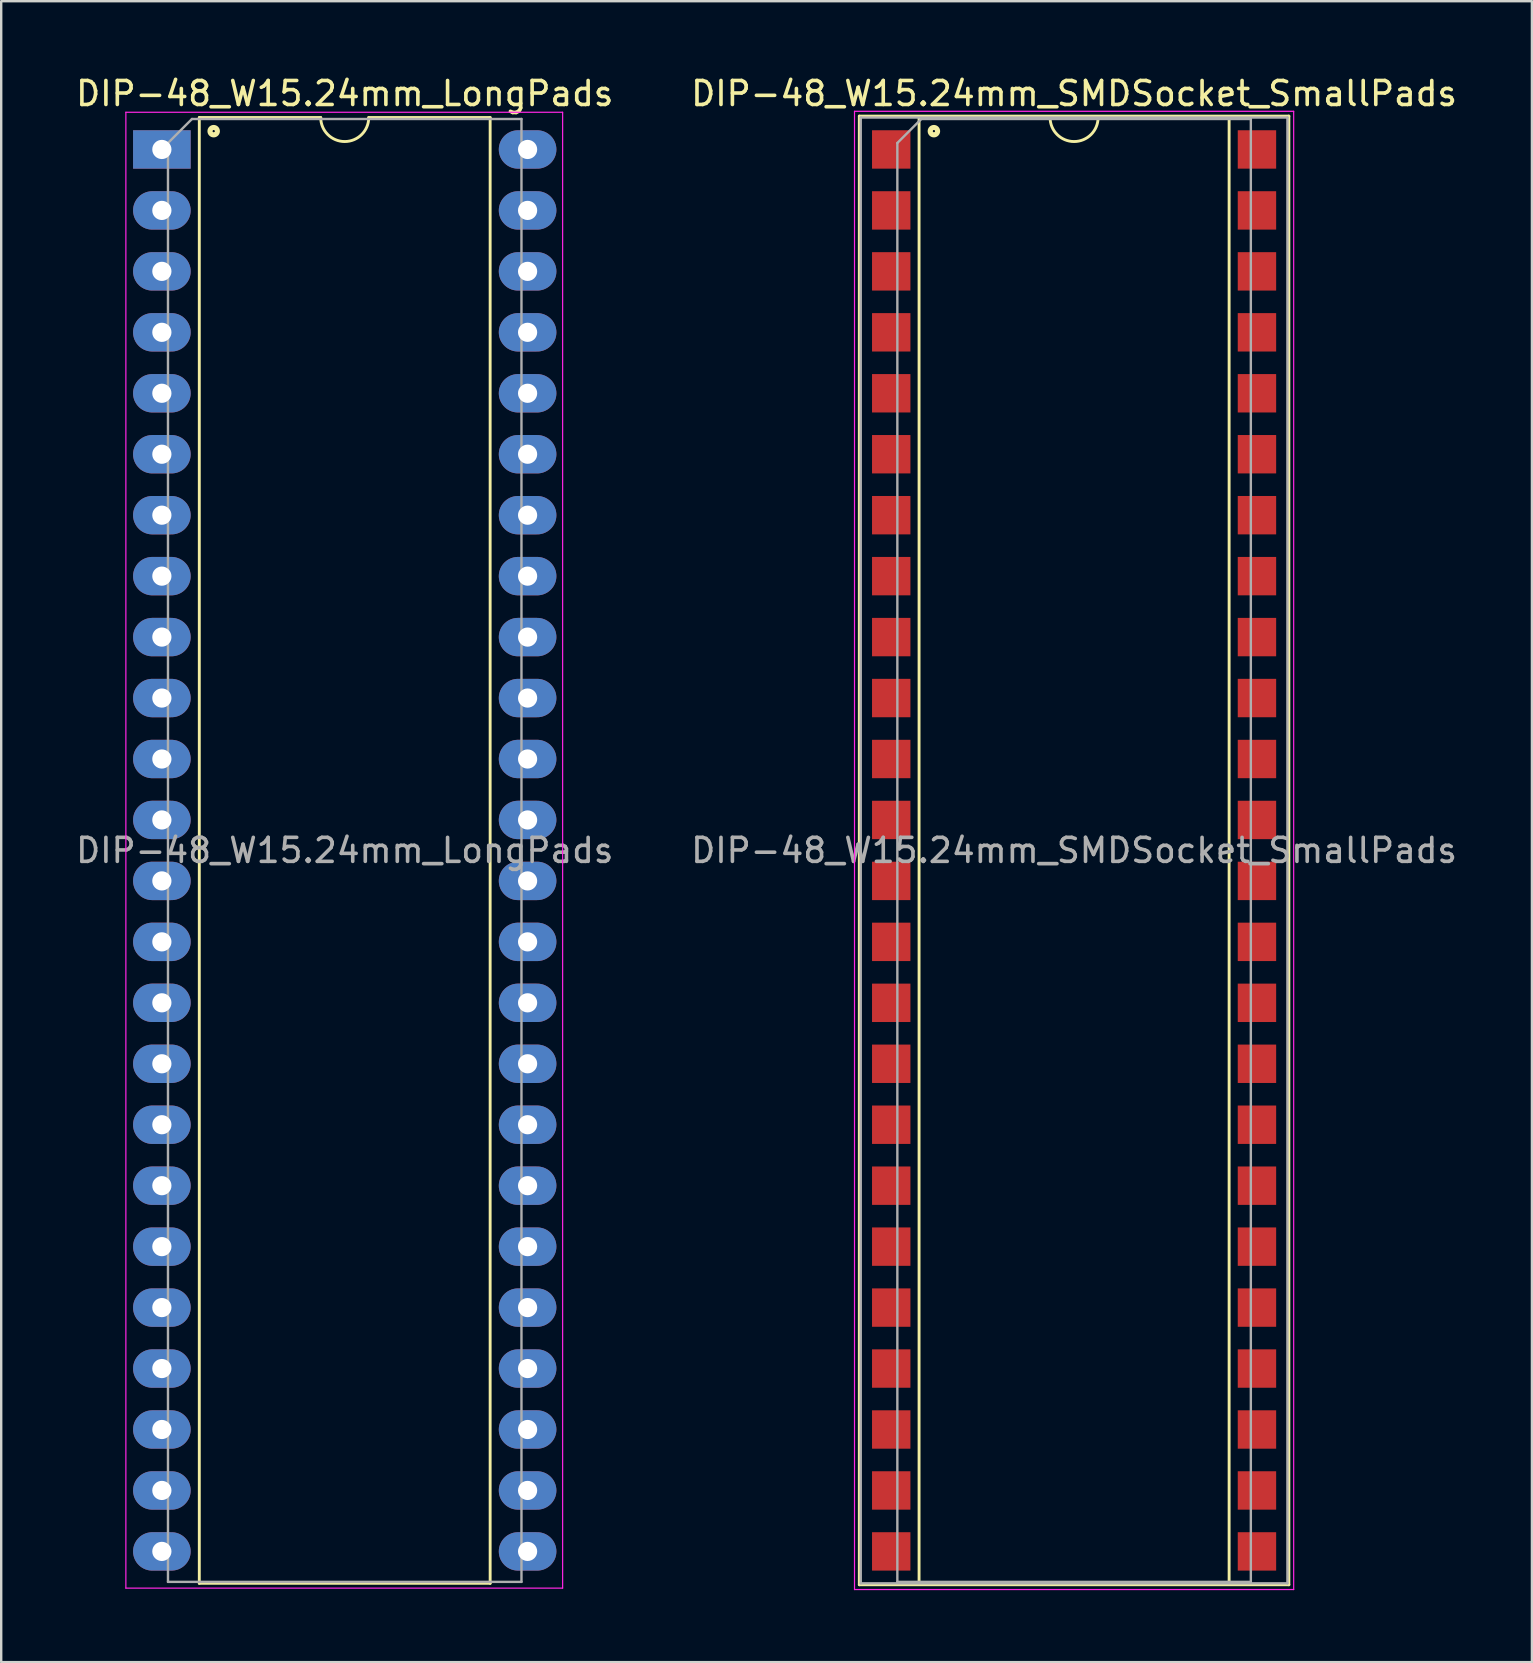
<source format=kicad_pcb>
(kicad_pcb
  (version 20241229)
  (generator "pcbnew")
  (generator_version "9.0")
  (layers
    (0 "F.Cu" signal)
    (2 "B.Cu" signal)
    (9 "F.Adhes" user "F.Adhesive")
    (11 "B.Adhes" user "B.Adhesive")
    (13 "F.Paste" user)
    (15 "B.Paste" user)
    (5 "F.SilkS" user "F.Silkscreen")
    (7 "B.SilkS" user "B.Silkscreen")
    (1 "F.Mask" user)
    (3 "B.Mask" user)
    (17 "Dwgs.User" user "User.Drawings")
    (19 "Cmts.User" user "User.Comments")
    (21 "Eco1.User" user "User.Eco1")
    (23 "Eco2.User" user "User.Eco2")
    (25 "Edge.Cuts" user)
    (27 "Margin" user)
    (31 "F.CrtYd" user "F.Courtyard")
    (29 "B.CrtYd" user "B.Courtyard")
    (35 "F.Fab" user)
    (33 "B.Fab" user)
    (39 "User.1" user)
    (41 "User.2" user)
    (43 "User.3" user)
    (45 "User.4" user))
  (footprint "DIP-48_W15.24mm_LongPads"
    (layer "F.Cu")
    (at 3.695 3.178)
    (property "Reference" "DIP-48_W15.24mm_LongPads" (at 7.62 -2.33 0) (layer "F.SilkS") (effects (font (size 1 1) (thickness 0.15))))
    (attr through_hole)
    (fp_line (start 1.56 -1.33) (end 1.56 59.75) (stroke (width 0.12) (type solid)) (layer "F.SilkS"))
    (fp_line (start 1.56 59.75) (end 13.68 59.75) (stroke (width 0.12) (type solid)) (layer "F.SilkS"))
    (fp_line (start 6.62 -1.33) (end 1.56 -1.33) (stroke (width 0.12) (type solid)) (layer "F.SilkS"))
    (fp_line (start 13.68 -1.33) (end 8.62 -1.33) (stroke (width 0.12) (type solid)) (layer "F.SilkS"))
    (fp_line (start 13.68 59.75) (end 13.68 -1.33) (stroke (width 0.12) (type solid)) (layer "F.SilkS"))
    (fp_arc (start 8.62 -1.33) (mid 7.62 -0.33) (end 6.62 -1.33) (stroke (width 0.12) (type solid)) (layer "F.SilkS"))
    (fp_circle (center 2.159 -0.762) (end 2.209 -0.762) (stroke (width 0.12) (type solid)) (fill no) (layer "F.SilkS"))
    (fp_circle (center 2.159 -0.762) (end 2.284 -0.762) (stroke (width 0.12) (type solid)) (fill no) (layer "F.SilkS"))
    (fp_circle (center 2.159 -0.762) (end 2.359 -0.762) (stroke (width 0.12) (type solid)) (fill no) (layer "F.SilkS"))
    (fp_line (start -1.5 -1.55) (end -1.5 59.95) (stroke (width 0.05) (type solid)) (layer "F.CrtYd"))
    (fp_line (start -1.5 59.95) (end 16.7 59.95) (stroke (width 0.05) (type solid)) (layer "F.CrtYd"))
    (fp_line (start 16.7 -1.55) (end -1.5 -1.55) (stroke (width 0.05) (type solid)) (layer "F.CrtYd"))
    (fp_line (start 16.7 59.95) (end 16.7 -1.55) (stroke (width 0.05) (type solid)) (layer "F.CrtYd"))
    (fp_line (start 0.255 -0.27) (end 1.255 -1.27) (stroke (width 0.1) (type solid)) (layer "F.Fab"))
    (fp_line (start 0.255 59.69) (end 0.255 -0.27) (stroke (width 0.1) (type solid)) (layer "F.Fab"))
    (fp_line (start 1.255 -1.27) (end 14.985 -1.27) (stroke (width 0.1) (type solid)) (layer "F.Fab"))
    (fp_line (start 14.985 -1.27) (end 14.985 59.69) (stroke (width 0.1) (type solid)) (layer "F.Fab"))
    (fp_line (start 14.985 59.69) (end 0.255 59.69) (stroke (width 0.1) (type solid)) (layer "F.Fab"))
    (fp_text user "${REFERENCE}" (at 7.62 29.21 0) (layer "F.Fab") (effects (font (size 1 1) (thickness 0.15))))
    (pad "1" thru_hole rect (at 0 0) (size 2.4 1.6) (drill 0.8) (layers "*.Cu" "*.Mask"))
    (pad "2" thru_hole oval (at 0 2.54) (size 2.4 1.6) (drill 0.8) (layers "*.Cu" "*.Mask"))
    (pad "3" thru_hole oval (at 0 5.08) (size 2.4 1.6) (drill 0.8) (layers "*.Cu" "*.Mask"))
    (pad "4" thru_hole oval (at 0 7.62) (size 2.4 1.6) (drill 0.8) (layers "*.Cu" "*.Mask"))
    (pad "5" thru_hole oval (at 0 10.16) (size 2.4 1.6) (drill 0.8) (layers "*.Cu" "*.Mask"))
    (pad "6" thru_hole oval (at 0 12.7) (size 2.4 1.6) (drill 0.8) (layers "*.Cu" "*.Mask"))
    (pad "7" thru_hole oval (at 0 15.24) (size 2.4 1.6) (drill 0.8) (layers "*.Cu" "*.Mask"))
    (pad "8" thru_hole oval (at 0 17.78) (size 2.4 1.6) (drill 0.8) (layers "*.Cu" "*.Mask"))
    (pad "9" thru_hole oval (at 0 20.32) (size 2.4 1.6) (drill 0.8) (layers "*.Cu" "*.Mask"))
    (pad "10" thru_hole oval (at 0 22.86) (size 2.4 1.6) (drill 0.8) (layers "*.Cu" "*.Mask"))
    (pad "11" thru_hole oval (at 0 25.4) (size 2.4 1.6) (drill 0.8) (layers "*.Cu" "*.Mask"))
    (pad "12" thru_hole oval (at 0 27.94) (size 2.4 1.6) (drill 0.8) (layers "*.Cu" "*.Mask"))
    (pad "13" thru_hole oval (at 0 30.48) (size 2.4 1.6) (drill 0.8) (layers "*.Cu" "*.Mask"))
    (pad "14" thru_hole oval (at 0 33.02) (size 2.4 1.6) (drill 0.8) (layers "*.Cu" "*.Mask"))
    (pad "15" thru_hole oval (at 0 35.56) (size 2.4 1.6) (drill 0.8) (layers "*.Cu" "*.Mask"))
    (pad "16" thru_hole oval (at 0 38.1) (size 2.4 1.6) (drill 0.8) (layers "*.Cu" "*.Mask"))
    (pad "17" thru_hole oval (at 0 40.64) (size 2.4 1.6) (drill 0.8) (layers "*.Cu" "*.Mask"))
    (pad "18" thru_hole oval (at 0 43.18) (size 2.4 1.6) (drill 0.8) (layers "*.Cu" "*.Mask"))
    (pad "19" thru_hole oval (at 0 45.72) (size 2.4 1.6) (drill 0.8) (layers "*.Cu" "*.Mask"))
    (pad "20" thru_hole oval (at 0 48.26) (size 2.4 1.6) (drill 0.8) (layers "*.Cu" "*.Mask"))
    (pad "21" thru_hole oval (at 0 50.8) (size 2.4 1.6) (drill 0.8) (layers "*.Cu" "*.Mask"))
    (pad "22" thru_hole oval (at 0 53.34) (size 2.4 1.6) (drill 0.8) (layers "*.Cu" "*.Mask"))
    (pad "23" thru_hole oval (at 0 55.88) (size 2.4 1.6) (drill 0.8) (layers "*.Cu" "*.Mask"))
    (pad "24" thru_hole oval (at 0 58.42) (size 2.4 1.6) (drill 0.8) (layers "*.Cu" "*.Mask"))
    (pad "25" thru_hole oval (at 15.24 58.42) (size 2.4 1.6) (drill 0.8) (layers "*.Cu" "*.Mask"))
    (pad "26" thru_hole oval (at 15.24 55.88) (size 2.4 1.6) (drill 0.8) (layers "*.Cu" "*.Mask"))
    (pad "27" thru_hole oval (at 15.24 53.34) (size 2.4 1.6) (drill 0.8) (layers "*.Cu" "*.Mask"))
    (pad "28" thru_hole oval (at 15.24 50.8) (size 2.4 1.6) (drill 0.8) (layers "*.Cu" "*.Mask"))
    (pad "29" thru_hole oval (at 15.24 48.26) (size 2.4 1.6) (drill 0.8) (layers "*.Cu" "*.Mask"))
    (pad "30" thru_hole oval (at 15.24 45.72) (size 2.4 1.6) (drill 0.8) (layers "*.Cu" "*.Mask"))
    (pad "31" thru_hole oval (at 15.24 43.18) (size 2.4 1.6) (drill 0.8) (layers "*.Cu" "*.Mask"))
    (pad "32" thru_hole oval (at 15.24 40.64) (size 2.4 1.6) (drill 0.8) (layers "*.Cu" "*.Mask"))
    (pad "33" thru_hole oval (at 15.24 38.1) (size 2.4 1.6) (drill 0.8) (layers "*.Cu" "*.Mask"))
    (pad "34" thru_hole oval (at 15.24 35.56) (size 2.4 1.6) (drill 0.8) (layers "*.Cu" "*.Mask"))
    (pad "35" thru_hole oval (at 15.24 33.02) (size 2.4 1.6) (drill 0.8) (layers "*.Cu" "*.Mask"))
    (pad "36" thru_hole oval (at 15.24 30.48) (size 2.4 1.6) (drill 0.8) (layers "*.Cu" "*.Mask"))
    (pad "37" thru_hole oval (at 15.24 27.94) (size 2.4 1.6) (drill 0.8) (layers "*.Cu" "*.Mask"))
    (pad "38" thru_hole oval (at 15.24 25.4) (size 2.4 1.6) (drill 0.8) (layers "*.Cu" "*.Mask"))
    (pad "39" thru_hole oval (at 15.24 22.86) (size 2.4 1.6) (drill 0.8) (layers "*.Cu" "*.Mask"))
    (pad "40" thru_hole oval (at 15.24 20.32) (size 2.4 1.6) (drill 0.8) (layers "*.Cu" "*.Mask"))
    (pad "41" thru_hole oval (at 15.24 17.78) (size 2.4 1.6) (drill 0.8) (layers "*.Cu" "*.Mask"))
    (pad "42" thru_hole oval (at 15.24 15.24) (size 2.4 1.6) (drill 0.8) (layers "*.Cu" "*.Mask"))
    (pad "43" thru_hole oval (at 15.24 12.7) (size 2.4 1.6) (drill 0.8) (layers "*.Cu" "*.Mask"))
    (pad "44" thru_hole oval (at 15.24 10.16) (size 2.4 1.6) (drill 0.8) (layers "*.Cu" "*.Mask"))
    (pad "45" thru_hole oval (at 15.24 7.62) (size 2.4 1.6) (drill 0.8) (layers "*.Cu" "*.Mask"))
    (pad "46" thru_hole oval (at 15.24 5.08) (size 2.4 1.6) (drill 0.8) (layers "*.Cu" "*.Mask"))
    (pad "47" thru_hole oval (at 15.24 2.54) (size 2.4 1.6) (drill 0.8) (layers "*.Cu" "*.Mask"))
    (pad "48" thru_hole oval (at 15.24 0) (size 2.4 1.6) (drill 0.8) (layers "*.Cu" "*.Mask")))
  (footprint "DIP-48_W15.24mm_SMDSocket_SmallPads"
    (layer "F.Cu")
    (at 41.708 32.388)
    (property "Reference" "DIP-48_W15.24mm_SMDSocket_SmallPads" (at 0 -31.54 0) (layer "F.SilkS") (effects (font (size 1 1) (thickness 0.15))))
    (attr smd)
    (fp_line (start -8.95 -30.6) (end -8.95 30.6) (stroke (width 0.12) (type solid)) (layer "F.SilkS"))
    (fp_line (start -8.95 30.6) (end 8.95 30.6) (stroke (width 0.12) (type solid)) (layer "F.SilkS"))
    (fp_line (start -6.46 -30.54) (end -6.46 30.54) (stroke (width 0.12) (type solid)) (layer "F.SilkS"))
    (fp_line (start -6.46 30.54) (end 6.46 30.54) (stroke (width 0.12) (type solid)) (layer "F.SilkS"))
    (fp_line (start -1 -30.54) (end -6.46 -30.54) (stroke (width 0.12) (type solid)) (layer "F.SilkS"))
    (fp_line (start 6.46 -30.54) (end 1 -30.54) (stroke (width 0.12) (type solid)) (layer "F.SilkS"))
    (fp_line (start 6.46 30.54) (end 6.46 -30.54) (stroke (width 0.12) (type solid)) (layer "F.SilkS"))
    (fp_line (start 8.95 -30.6) (end -8.95 -30.6) (stroke (width 0.12) (type solid)) (layer "F.SilkS"))
    (fp_line (start 8.95 30.6) (end 8.95 -30.6) (stroke (width 0.12) (type solid)) (layer "F.SilkS"))
    (fp_arc (start 1 -30.54) (mid 0 -29.54) (end -1 -30.54) (stroke (width 0.12) (type solid)) (layer "F.SilkS"))
    (fp_circle (center -5.842 -29.972) (end -5.792 -29.972) (stroke (width 0.12) (type solid)) (fill no) (layer "F.SilkS"))
    (fp_circle (center -5.842 -29.972) (end -5.717 -29.972) (stroke (width 0.12) (type solid)) (fill no) (layer "F.SilkS"))
    (fp_circle (center -5.842 -29.972) (end -5.642 -29.972) (stroke (width 0.12) (type solid)) (fill no) (layer "F.SilkS"))
    (fp_line (start -9.15 -30.8) (end -9.15 30.8) (stroke (width 0.05) (type solid)) (layer "F.CrtYd"))
    (fp_line (start -9.15 30.8) (end 9.15 30.8) (stroke (width 0.05) (type solid)) (layer "F.CrtYd"))
    (fp_line (start 9.15 -30.8) (end -9.15 -30.8) (stroke (width 0.05) (type solid)) (layer "F.CrtYd"))
    (fp_line (start 9.15 30.8) (end 9.15 -30.8) (stroke (width 0.05) (type solid)) (layer "F.CrtYd"))
    (fp_line (start -8.89 -30.54) (end -8.89 30.54) (stroke (width 0.1) (type solid)) (layer "F.Fab"))
    (fp_line (start -8.89 30.54) (end 8.89 30.54) (stroke (width 0.1) (type solid)) (layer "F.Fab"))
    (fp_line (start -7.365 -29.48) (end -6.365 -30.48) (stroke (width 0.1) (type solid)) (layer "F.Fab"))
    (fp_line (start -7.365 30.48) (end -7.365 -29.48) (stroke (width 0.1) (type solid)) (layer "F.Fab"))
    (fp_line (start -6.365 -30.48) (end 7.365 -30.48) (stroke (width 0.1) (type solid)) (layer "F.Fab"))
    (fp_line (start 7.365 -30.48) (end 7.365 30.48) (stroke (width 0.1) (type solid)) (layer "F.Fab"))
    (fp_line (start 7.365 30.48) (end -7.365 30.48) (stroke (width 0.1) (type solid)) (layer "F.Fab"))
    (fp_line (start 8.89 -30.54) (end -8.89 -30.54) (stroke (width 0.1) (type solid)) (layer "F.Fab"))
    (fp_line (start 8.89 30.54) (end 8.89 -30.54) (stroke (width 0.1) (type solid)) (layer "F.Fab"))
    (fp_text user "${REFERENCE}" (at 0 0 0) (layer "F.Fab") (effects (font (size 1 1) (thickness 0.15))))
    (pad "1" smd rect (at -7.62 -29.21) (size 1.6 1.6) (layers "F.Cu" "F.Mask" "F.Paste"))
    (pad "2" smd rect (at -7.62 -26.67) (size 1.6 1.6) (layers "F.Cu" "F.Mask" "F.Paste"))
    (pad "3" smd rect (at -7.62 -24.13) (size 1.6 1.6) (layers "F.Cu" "F.Mask" "F.Paste"))
    (pad "4" smd rect (at -7.62 -21.59) (size 1.6 1.6) (layers "F.Cu" "F.Mask" "F.Paste"))
    (pad "5" smd rect (at -7.62 -19.05) (size 1.6 1.6) (layers "F.Cu" "F.Mask" "F.Paste"))
    (pad "6" smd rect (at -7.62 -16.51) (size 1.6 1.6) (layers "F.Cu" "F.Mask" "F.Paste"))
    (pad "7" smd rect (at -7.62 -13.97) (size 1.6 1.6) (layers "F.Cu" "F.Mask" "F.Paste"))
    (pad "8" smd rect (at -7.62 -11.43) (size 1.6 1.6) (layers "F.Cu" "F.Mask" "F.Paste"))
    (pad "9" smd rect (at -7.62 -8.89) (size 1.6 1.6) (layers "F.Cu" "F.Mask" "F.Paste"))
    (pad "10" smd rect (at -7.62 -6.35) (size 1.6 1.6) (layers "F.Cu" "F.Mask" "F.Paste"))
    (pad "11" smd rect (at -7.62 -3.81) (size 1.6 1.6) (layers "F.Cu" "F.Mask" "F.Paste"))
    (pad "12" smd rect (at -7.62 -1.27) (size 1.6 1.6) (layers "F.Cu" "F.Mask" "F.Paste"))
    (pad "13" smd rect (at -7.62 1.27) (size 1.6 1.6) (layers "F.Cu" "F.Mask" "F.Paste"))
    (pad "14" smd rect (at -7.62 3.81) (size 1.6 1.6) (layers "F.Cu" "F.Mask" "F.Paste"))
    (pad "15" smd rect (at -7.62 6.35) (size 1.6 1.6) (layers "F.Cu" "F.Mask" "F.Paste"))
    (pad "16" smd rect (at -7.62 8.89) (size 1.6 1.6) (layers "F.Cu" "F.Mask" "F.Paste"))
    (pad "17" smd rect (at -7.62 11.43) (size 1.6 1.6) (layers "F.Cu" "F.Mask" "F.Paste"))
    (pad "18" smd rect (at -7.62 13.97) (size 1.6 1.6) (layers "F.Cu" "F.Mask" "F.Paste"))
    (pad "19" smd rect (at -7.62 16.51) (size 1.6 1.6) (layers "F.Cu" "F.Mask" "F.Paste"))
    (pad "20" smd rect (at -7.62 19.05) (size 1.6 1.6) (layers "F.Cu" "F.Mask" "F.Paste"))
    (pad "21" smd rect (at -7.62 21.59) (size 1.6 1.6) (layers "F.Cu" "F.Mask" "F.Paste"))
    (pad "22" smd rect (at -7.62 24.13) (size 1.6 1.6) (layers "F.Cu" "F.Mask" "F.Paste"))
    (pad "23" smd rect (at -7.62 26.67) (size 1.6 1.6) (layers "F.Cu" "F.Mask" "F.Paste"))
    (pad "24" smd rect (at -7.62 29.21) (size 1.6 1.6) (layers "F.Cu" "F.Mask" "F.Paste"))
    (pad "25" smd rect (at 7.62 29.21) (size 1.6 1.6) (layers "F.Cu" "F.Mask" "F.Paste"))
    (pad "26" smd rect (at 7.62 26.67) (size 1.6 1.6) (layers "F.Cu" "F.Mask" "F.Paste"))
    (pad "27" smd rect (at 7.62 24.13) (size 1.6 1.6) (layers "F.Cu" "F.Mask" "F.Paste"))
    (pad "28" smd rect (at 7.62 21.59) (size 1.6 1.6) (layers "F.Cu" "F.Mask" "F.Paste"))
    (pad "29" smd rect (at 7.62 19.05) (size 1.6 1.6) (layers "F.Cu" "F.Mask" "F.Paste"))
    (pad "30" smd rect (at 7.62 16.51) (size 1.6 1.6) (layers "F.Cu" "F.Mask" "F.Paste"))
    (pad "31" smd rect (at 7.62 13.97) (size 1.6 1.6) (layers "F.Cu" "F.Mask" "F.Paste"))
    (pad "32" smd rect (at 7.62 11.43) (size 1.6 1.6) (layers "F.Cu" "F.Mask" "F.Paste"))
    (pad "33" smd rect (at 7.62 8.89) (size 1.6 1.6) (layers "F.Cu" "F.Mask" "F.Paste"))
    (pad "34" smd rect (at 7.62 6.35) (size 1.6 1.6) (layers "F.Cu" "F.Mask" "F.Paste"))
    (pad "35" smd rect (at 7.62 3.81) (size 1.6 1.6) (layers "F.Cu" "F.Mask" "F.Paste"))
    (pad "36" smd rect (at 7.62 1.27) (size 1.6 1.6) (layers "F.Cu" "F.Mask" "F.Paste"))
    (pad "37" smd rect (at 7.62 -1.27) (size 1.6 1.6) (layers "F.Cu" "F.Mask" "F.Paste"))
    (pad "38" smd rect (at 7.62 -3.81) (size 1.6 1.6) (layers "F.Cu" "F.Mask" "F.Paste"))
    (pad "39" smd rect (at 7.62 -6.35) (size 1.6 1.6) (layers "F.Cu" "F.Mask" "F.Paste"))
    (pad "40" smd rect (at 7.62 -8.89) (size 1.6 1.6) (layers "F.Cu" "F.Mask" "F.Paste"))
    (pad "41" smd rect (at 7.62 -11.43) (size 1.6 1.6) (layers "F.Cu" "F.Mask" "F.Paste"))
    (pad "42" smd rect (at 7.62 -13.97) (size 1.6 1.6) (layers "F.Cu" "F.Mask" "F.Paste"))
    (pad "43" smd rect (at 7.62 -16.51) (size 1.6 1.6) (layers "F.Cu" "F.Mask" "F.Paste"))
    (pad "44" smd rect (at 7.62 -19.05) (size 1.6 1.6) (layers "F.Cu" "F.Mask" "F.Paste"))
    (pad "45" smd rect (at 7.62 -21.59) (size 1.6 1.6) (layers "F.Cu" "F.Mask" "F.Paste"))
    (pad "46" smd rect (at 7.62 -24.13) (size 1.6 1.6) (layers "F.Cu" "F.Mask" "F.Paste"))
    (pad "47" smd rect (at 7.62 -26.67) (size 1.6 1.6) (layers "F.Cu" "F.Mask" "F.Paste"))
    (pad "48" smd rect (at 7.62 -29.21) (size 1.6 1.6) (layers "F.Cu" "F.Mask" "F.Paste")))
  (gr_rect
    (start -3 -3)
    (end 60.786 66.213)
    (stroke (width 0.1) (type default))
    (fill no)
    (layer "Edge.Cuts")))
</source>
